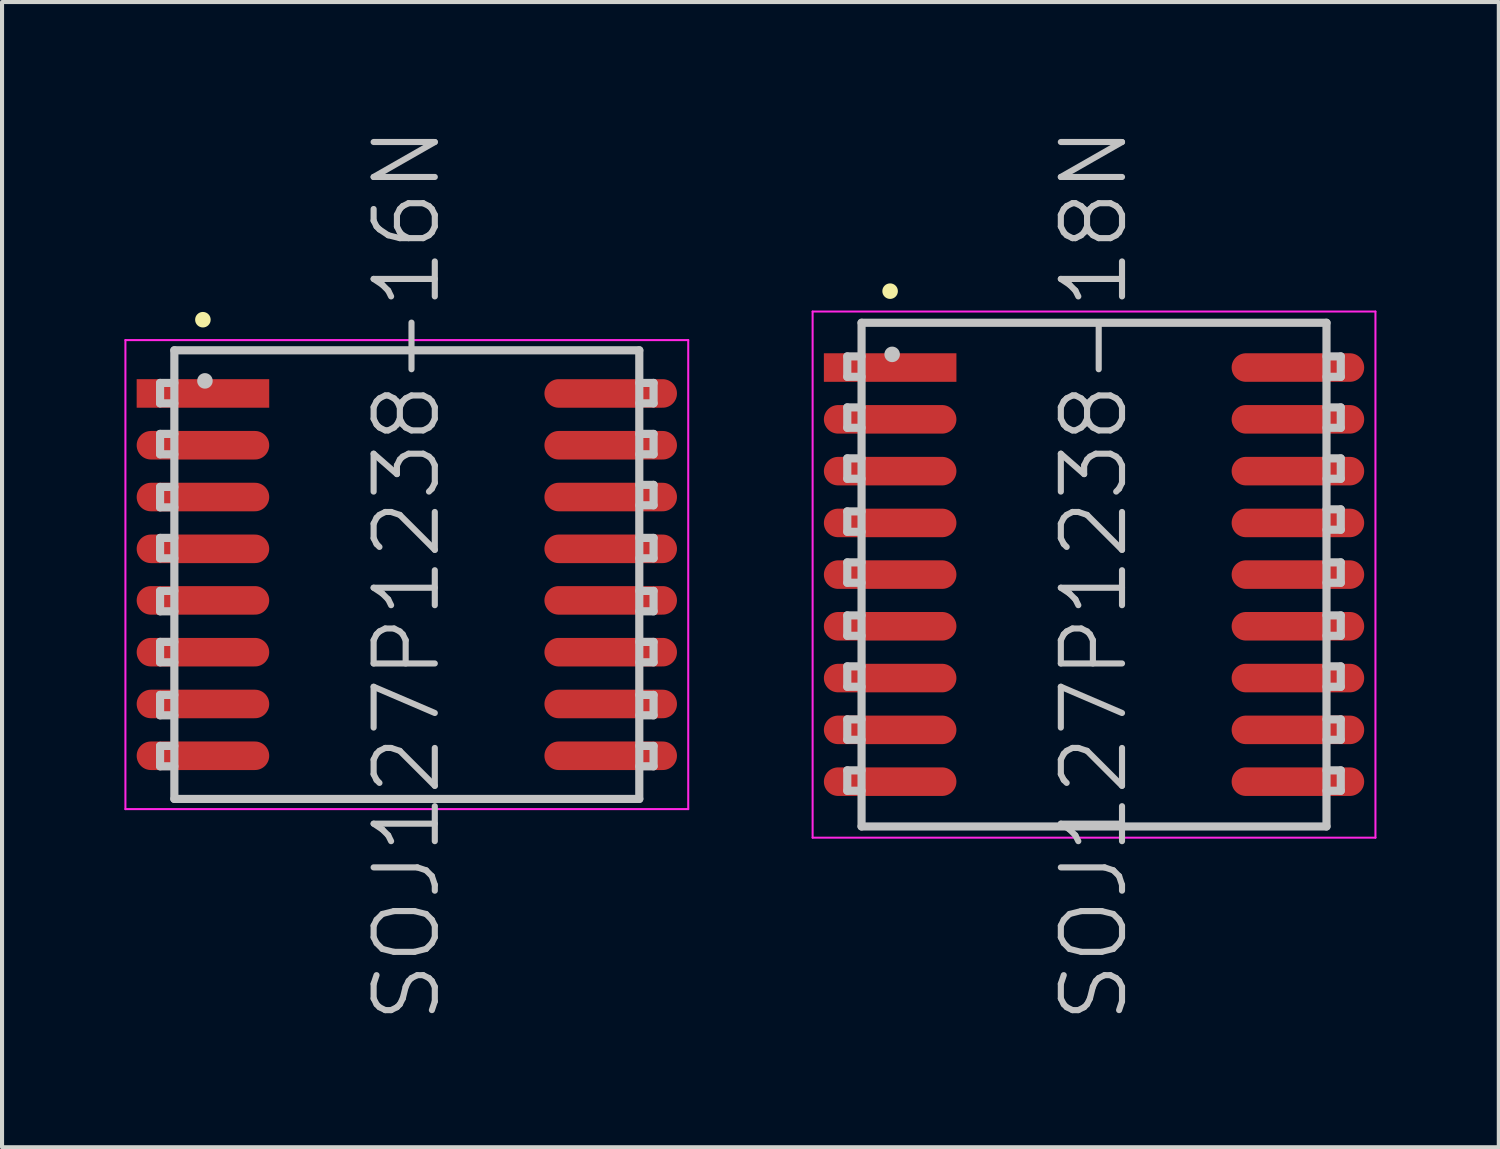
<source format=kicad_pcb>
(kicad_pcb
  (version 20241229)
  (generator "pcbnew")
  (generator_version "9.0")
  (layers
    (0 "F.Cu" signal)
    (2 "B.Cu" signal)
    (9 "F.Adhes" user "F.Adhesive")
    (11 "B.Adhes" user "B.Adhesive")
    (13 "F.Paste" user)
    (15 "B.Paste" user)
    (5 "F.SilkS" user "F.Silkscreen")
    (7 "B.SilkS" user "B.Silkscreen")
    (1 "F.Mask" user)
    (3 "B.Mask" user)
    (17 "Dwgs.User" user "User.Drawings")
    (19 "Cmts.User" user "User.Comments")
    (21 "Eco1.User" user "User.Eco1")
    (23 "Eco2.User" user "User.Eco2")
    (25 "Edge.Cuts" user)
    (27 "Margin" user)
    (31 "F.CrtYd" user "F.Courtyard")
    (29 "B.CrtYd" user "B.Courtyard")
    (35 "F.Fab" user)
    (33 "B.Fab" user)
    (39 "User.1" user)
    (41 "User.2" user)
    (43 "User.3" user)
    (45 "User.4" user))
  (footprint "SOJ127P1238-16N"
    (layer "F.Cu")
    (at 6.925 11.039)
    (property "Reference" "SOJ127P1238-16N" (at 0 0 90) (layer "Dwgs.User") (effects (font (size 1.5 1.5) (thickness 0.15))))
    (attr smd)
    (fp_line (start -5 -6.25) (end -5 -6.25) (stroke (width 0.381) (type solid)) (layer "F.SilkS"))
    (fp_line (start -6.05 -4.7) (end -6.05 -4.2) (stroke (width 0.2) (type solid)) (layer "Dwgs.User"))
    (fp_line (start -6.05 -4.2) (end -5.7 -4.2) (stroke (width 0.2) (type solid)) (layer "Dwgs.User"))
    (fp_line (start -6.05 -3.45) (end -6.05 -2.95) (stroke (width 0.2) (type solid)) (layer "Dwgs.User"))
    (fp_line (start -6.05 -2.95) (end -5.7 -2.95) (stroke (width 0.2) (type solid)) (layer "Dwgs.User"))
    (fp_line (start -6.05 -2.15) (end -6.05 -1.65) (stroke (width 0.2) (type solid)) (layer "Dwgs.User"))
    (fp_line (start -6.05 -1.65) (end -5.7 -1.65) (stroke (width 0.2) (type solid)) (layer "Dwgs.User"))
    (fp_line (start -6.05 -0.9) (end -6.05 -0.4) (stroke (width 0.2) (type solid)) (layer "Dwgs.User"))
    (fp_line (start -6.05 -0.4) (end -5.7 -0.4) (stroke (width 0.2) (type solid)) (layer "Dwgs.User"))
    (fp_line (start -6.05 0.4) (end -6.05 0.9) (stroke (width 0.2) (type solid)) (layer "Dwgs.User"))
    (fp_line (start -6.05 0.9) (end -5.7 0.9) (stroke (width 0.2) (type solid)) (layer "Dwgs.User"))
    (fp_line (start -6.05 1.65) (end -6.05 2.15) (stroke (width 0.2) (type solid)) (layer "Dwgs.User"))
    (fp_line (start -6.05 2.15) (end -5.7 2.15) (stroke (width 0.2) (type solid)) (layer "Dwgs.User"))
    (fp_line (start -6.05 2.95) (end -6.05 3.45) (stroke (width 0.2) (type solid)) (layer "Dwgs.User"))
    (fp_line (start -6.05 3.45) (end -5.7 3.45) (stroke (width 0.2) (type solid)) (layer "Dwgs.User"))
    (fp_line (start -6.05 4.2) (end -6.05 4.7) (stroke (width 0.2) (type solid)) (layer "Dwgs.User"))
    (fp_line (start -6.05 4.7) (end -5.7 4.7) (stroke (width 0.2) (type solid)) (layer "Dwgs.User"))
    (fp_line (start -5.7 -5.5) (end -5.7 5.5) (stroke (width 0.2) (type solid)) (layer "Dwgs.User"))
    (fp_line (start -5.7 -5.5) (end 5.7 -5.5) (stroke (width 0.2) (type solid)) (layer "Dwgs.User"))
    (fp_line (start -5.7 -4.7) (end -6.05 -4.7) (stroke (width 0.2) (type solid)) (layer "Dwgs.User"))
    (fp_line (start -5.7 -3.45) (end -6.05 -3.45) (stroke (width 0.2) (type solid)) (layer "Dwgs.User"))
    (fp_line (start -5.7 -2.15) (end -6.05 -2.15) (stroke (width 0.2) (type solid)) (layer "Dwgs.User"))
    (fp_line (start -5.7 -0.9) (end -6.05 -0.9) (stroke (width 0.2) (type solid)) (layer "Dwgs.User"))
    (fp_line (start -5.7 0.4) (end -6.05 0.4) (stroke (width 0.2) (type solid)) (layer "Dwgs.User"))
    (fp_line (start -5.7 1.65) (end -6.05 1.65) (stroke (width 0.2) (type solid)) (layer "Dwgs.User"))
    (fp_line (start -5.7 2.95) (end -6.05 2.95) (stroke (width 0.2) (type solid)) (layer "Dwgs.User"))
    (fp_line (start -5.7 4.2) (end -6.05 4.2) (stroke (width 0.2) (type solid)) (layer "Dwgs.User"))
    (fp_line (start -5.7 5.5) (end 5.7 5.5) (stroke (width 0.2) (type solid)) (layer "Dwgs.User"))
    (fp_line (start -4.95 -4.75) (end -4.95 -4.75) (stroke (width 0.381) (type solid)) (layer "Dwgs.User"))
    (fp_line (start 5.7 -5.5) (end 5.7 5.5) (stroke (width 0.2) (type solid)) (layer "Dwgs.User"))
    (fp_line (start 5.7 -4.7) (end 6.05 -4.7) (stroke (width 0.2) (type solid)) (layer "Dwgs.User"))
    (fp_line (start 5.7 -3.45) (end 6.05 -3.45) (stroke (width 0.2) (type solid)) (layer "Dwgs.User"))
    (fp_line (start 5.7 -2.2) (end 6.05 -2.2) (stroke (width 0.2) (type solid)) (layer "Dwgs.User"))
    (fp_line (start 5.7 -0.9) (end 6.05 -0.9) (stroke (width 0.2) (type solid)) (layer "Dwgs.User"))
    (fp_line (start 5.7 0.4) (end 6.05 0.4) (stroke (width 0.2) (type solid)) (layer "Dwgs.User"))
    (fp_line (start 5.7 1.65) (end 6.05 1.65) (stroke (width 0.2) (type solid)) (layer "Dwgs.User"))
    (fp_line (start 5.7 2.95) (end 6.05 2.95) (stroke (width 0.2) (type solid)) (layer "Dwgs.User"))
    (fp_line (start 5.7 4.2) (end 6.05 4.2) (stroke (width 0.2) (type solid)) (layer "Dwgs.User"))
    (fp_line (start 6.05 -4.7) (end 6.05 -4.2) (stroke (width 0.2) (type solid)) (layer "Dwgs.User"))
    (fp_line (start 6.05 -4.2) (end 5.7 -4.2) (stroke (width 0.2) (type solid)) (layer "Dwgs.User"))
    (fp_line (start 6.05 -3.45) (end 6.05 -2.95) (stroke (width 0.2) (type solid)) (layer "Dwgs.User"))
    (fp_line (start 6.05 -2.95) (end 5.7 -2.95) (stroke (width 0.2) (type solid)) (layer "Dwgs.User"))
    (fp_line (start 6.05 -2.2) (end 6.05 -1.7) (stroke (width 0.2) (type solid)) (layer "Dwgs.User"))
    (fp_line (start 6.05 -1.7) (end 5.7 -1.7) (stroke (width 0.2) (type solid)) (layer "Dwgs.User"))
    (fp_line (start 6.05 -0.9) (end 6.05 -0.4) (stroke (width 0.2) (type solid)) (layer "Dwgs.User"))
    (fp_line (start 6.05 -0.4) (end 5.7 -0.4) (stroke (width 0.2) (type solid)) (layer "Dwgs.User"))
    (fp_line (start 6.05 0.4) (end 6.05 0.9) (stroke (width 0.2) (type solid)) (layer "Dwgs.User"))
    (fp_line (start 6.05 0.9) (end 5.7 0.9) (stroke (width 0.2) (type solid)) (layer "Dwgs.User"))
    (fp_line (start 6.05 1.65) (end 6.05 2.15) (stroke (width 0.2) (type solid)) (layer "Dwgs.User"))
    (fp_line (start 6.05 2.15) (end 5.7 2.15) (stroke (width 0.2) (type solid)) (layer "Dwgs.User"))
    (fp_line (start 6.05 2.95) (end 6.05 3.45) (stroke (width 0.2) (type solid)) (layer "Dwgs.User"))
    (fp_line (start 6.05 3.45) (end 5.7 3.45) (stroke (width 0.2) (type solid)) (layer "Dwgs.User"))
    (fp_line (start 6.05 4.2) (end 6.05 4.7) (stroke (width 0.2) (type solid)) (layer "Dwgs.User"))
    (fp_line (start 6.05 4.7) (end 5.7 4.7) (stroke (width 0.2) (type solid)) (layer "Dwgs.User"))
    (fp_line (start -6.9 -5.75) (end -6.9 5.75) (stroke (width 0.05) (type solid)) (layer "F.CrtYd"))
    (fp_line (start -6.9 -5.75) (end 6.9 -5.75) (stroke (width 0.05) (type solid)) (layer "F.CrtYd"))
    (fp_line (start -6.9 5.75) (end 6.9 5.75) (stroke (width 0.05) (type solid)) (layer "F.CrtYd"))
    (fp_line (start 6.9 -5.75) (end 6.9 5.75) (stroke (width 0.05) (type solid)) (layer "F.CrtYd"))
    (pad "1" smd rect (at -4.999 -4.442 90) (size 0.7 3.25) (layers "F.Cu" "F.Mask" "F.Paste"))
    (pad "2" smd oval (at -4.999 -3.172 90) (size 0.7 3.25) (layers "F.Cu" "F.Mask" "F.Paste"))
    (pad "3" smd oval (at -4.999 -1.902 90) (size 0.7 3.25) (layers "F.Cu" "F.Mask" "F.Paste"))
    (pad "4" smd oval (at -4.999 -0.632 90) (size 0.7 3.25) (layers "F.Cu" "F.Mask" "F.Paste"))
    (pad "5" smd oval (at -4.999 0.632 90) (size 0.7 3.25) (layers "F.Cu" "F.Mask" "F.Paste"))
    (pad "6" smd oval (at -4.999 1.902 90) (size 0.7 3.25) (layers "F.Cu" "F.Mask" "F.Paste"))
    (pad "7" smd oval (at -4.999 3.172 90) (size 0.7 3.25) (layers "F.Cu" "F.Mask" "F.Paste"))
    (pad "8" smd oval (at -4.999 4.442 90) (size 0.7 3.25) (layers "F.Cu" "F.Mask" "F.Paste"))
    (pad "9" smd oval (at 4.999 4.442 270) (size 0.7 3.25) (layers "F.Cu" "F.Mask" "F.Paste"))
    (pad "10" smd oval (at 4.999 3.172 270) (size 0.7 3.25) (layers "F.Cu" "F.Mask" "F.Paste"))
    (pad "11" smd oval (at 4.999 1.902 270) (size 0.7 3.25) (layers "F.Cu" "F.Mask" "F.Paste"))
    (pad "12" smd oval (at 4.999 0.632 270) (size 0.7 3.25) (layers "F.Cu" "F.Mask" "F.Paste"))
    (pad "13" smd oval (at 4.999 -0.632 270) (size 0.7 3.25) (layers "F.Cu" "F.Mask" "F.Paste"))
    (pad "14" smd oval (at 4.999 -1.902 270) (size 0.7 3.25) (layers "F.Cu" "F.Mask" "F.Paste"))
    (pad "15" smd oval (at 4.999 -3.172 270) (size 0.7 3.25) (layers "F.Cu" "F.Mask" "F.Paste"))
    (pad "16" smd oval (at 4.999 -4.442 270) (size 0.7 3.25) (layers "F.Cu" "F.Mask" "F.Paste")))
  (footprint "SOJ127P1238-18N"
    (layer "F.Cu")
    (at 23.775 11.039)
    (property "Reference" "SOJ127P1238-18N" (at 0 0 90) (layer "Dwgs.User") (effects (font (size 1.5 1.5) (thickness 0.15))))
    (attr smd)
    (fp_line (start -5 -6.95) (end -5 -6.95) (stroke (width 0.381) (type solid)) (layer "F.SilkS"))
    (fp_line (start -6.05 -5.35) (end -6.05 -4.85) (stroke (width 0.2) (type solid)) (layer "Dwgs.User"))
    (fp_line (start -6.05 -4.85) (end -5.7 -4.85) (stroke (width 0.2) (type solid)) (layer "Dwgs.User"))
    (fp_line (start -6.05 -4.1) (end -6.05 -3.6) (stroke (width 0.2) (type solid)) (layer "Dwgs.User"))
    (fp_line (start -6.05 -3.6) (end -5.7 -3.6) (stroke (width 0.2) (type solid)) (layer "Dwgs.User"))
    (fp_line (start -6.05 -2.85) (end -6.05 -2.35) (stroke (width 0.2) (type solid)) (layer "Dwgs.User"))
    (fp_line (start -6.05 -2.35) (end -5.7 -2.35) (stroke (width 0.2) (type solid)) (layer "Dwgs.User"))
    (fp_line (start -6.05 -1.55) (end -6.05 -1.05) (stroke (width 0.2) (type solid)) (layer "Dwgs.User"))
    (fp_line (start -6.05 -1.05) (end -5.7 -1.05) (stroke (width 0.2) (type solid)) (layer "Dwgs.User"))
    (fp_line (start -6.05 -0.3) (end -6.05 0.2) (stroke (width 0.2) (type solid)) (layer "Dwgs.User"))
    (fp_line (start -6.05 0.2) (end -5.7 0.2) (stroke (width 0.2) (type solid)) (layer "Dwgs.User"))
    (fp_line (start -6.05 1) (end -6.05 1.5) (stroke (width 0.2) (type solid)) (layer "Dwgs.User"))
    (fp_line (start -6.05 1.5) (end -5.7 1.5) (stroke (width 0.2) (type solid)) (layer "Dwgs.User"))
    (fp_line (start -6.05 2.25) (end -6.05 2.75) (stroke (width 0.2) (type solid)) (layer "Dwgs.User"))
    (fp_line (start -6.05 2.75) (end -5.7 2.75) (stroke (width 0.2) (type solid)) (layer "Dwgs.User"))
    (fp_line (start -6.05 3.55) (end -6.05 4.05) (stroke (width 0.2) (type solid)) (layer "Dwgs.User"))
    (fp_line (start -6.05 4.05) (end -5.7 4.05) (stroke (width 0.2) (type solid)) (layer "Dwgs.User"))
    (fp_line (start -6.05 4.8) (end -6.05 5.3) (stroke (width 0.2) (type solid)) (layer "Dwgs.User"))
    (fp_line (start -6.05 5.3) (end -5.7 5.3) (stroke (width 0.2) (type solid)) (layer "Dwgs.User"))
    (fp_line (start -5.7 -6.175) (end -5.7 6.175) (stroke (width 0.2) (type solid)) (layer "Dwgs.User"))
    (fp_line (start -5.7 -6.175) (end 5.7 -6.175) (stroke (width 0.2) (type solid)) (layer "Dwgs.User"))
    (fp_line (start -5.7 -5.35) (end -6.05 -5.35) (stroke (width 0.2) (type solid)) (layer "Dwgs.User"))
    (fp_line (start -5.7 -4.1) (end -6.05 -4.1) (stroke (width 0.2) (type solid)) (layer "Dwgs.User"))
    (fp_line (start -5.7 -2.85) (end -6.05 -2.85) (stroke (width 0.2) (type solid)) (layer "Dwgs.User"))
    (fp_line (start -5.7 -1.55) (end -6.05 -1.55) (stroke (width 0.2) (type solid)) (layer "Dwgs.User"))
    (fp_line (start -5.7 -0.3) (end -6.05 -0.3) (stroke (width 0.2) (type solid)) (layer "Dwgs.User"))
    (fp_line (start -5.7 1) (end -6.05 1) (stroke (width 0.2) (type solid)) (layer "Dwgs.User"))
    (fp_line (start -5.7 2.25) (end -6.05 2.25) (stroke (width 0.2) (type solid)) (layer "Dwgs.User"))
    (fp_line (start -5.7 3.55) (end -6.05 3.55) (stroke (width 0.2) (type solid)) (layer "Dwgs.User"))
    (fp_line (start -5.7 4.8) (end -6.05 4.8) (stroke (width 0.2) (type solid)) (layer "Dwgs.User"))
    (fp_line (start -5.7 6.175) (end 5.7 6.175) (stroke (width 0.2) (type solid)) (layer "Dwgs.User"))
    (fp_line (start -4.95 -5.4) (end -4.95 -5.4) (stroke (width 0.381) (type solid)) (layer "Dwgs.User"))
    (fp_line (start 5.7 -6.175) (end 5.7 6.175) (stroke (width 0.2) (type solid)) (layer "Dwgs.User"))
    (fp_line (start 5.7 -5.35) (end 6.05 -5.35) (stroke (width 0.2) (type solid)) (layer "Dwgs.User"))
    (fp_line (start 5.7 -4.1) (end 6.05 -4.1) (stroke (width 0.2) (type solid)) (layer "Dwgs.User"))
    (fp_line (start 5.7 -2.85) (end 6.05 -2.85) (stroke (width 0.2) (type solid)) (layer "Dwgs.User"))
    (fp_line (start 5.7 -1.6) (end 6.05 -1.6) (stroke (width 0.2) (type solid)) (layer "Dwgs.User"))
    (fp_line (start 5.7 -0.3) (end 6.05 -0.3) (stroke (width 0.2) (type solid)) (layer "Dwgs.User"))
    (fp_line (start 5.7 1) (end 6.05 1) (stroke (width 0.2) (type solid)) (layer "Dwgs.User"))
    (fp_line (start 5.7 2.25) (end 6.05 2.25) (stroke (width 0.2) (type solid)) (layer "Dwgs.User"))
    (fp_line (start 5.7 3.55) (end 6.05 3.55) (stroke (width 0.2) (type solid)) (layer "Dwgs.User"))
    (fp_line (start 5.7 4.8) (end 6.05 4.8) (stroke (width 0.2) (type solid)) (layer "Dwgs.User"))
    (fp_line (start 6.05 -5.35) (end 6.05 -4.85) (stroke (width 0.2) (type solid)) (layer "Dwgs.User"))
    (fp_line (start 6.05 -4.85) (end 5.7 -4.85) (stroke (width 0.2) (type solid)) (layer "Dwgs.User"))
    (fp_line (start 6.05 -4.1) (end 6.05 -3.6) (stroke (width 0.2) (type solid)) (layer "Dwgs.User"))
    (fp_line (start 6.05 -3.6) (end 5.7 -3.6) (stroke (width 0.2) (type solid)) (layer "Dwgs.User"))
    (fp_line (start 6.05 -2.85) (end 6.05 -2.35) (stroke (width 0.2) (type solid)) (layer "Dwgs.User"))
    (fp_line (start 6.05 -2.35) (end 5.7 -2.35) (stroke (width 0.2) (type solid)) (layer "Dwgs.User"))
    (fp_line (start 6.05 -1.6) (end 6.05 -1.1) (stroke (width 0.2) (type solid)) (layer "Dwgs.User"))
    (fp_line (start 6.05 -1.1) (end 5.7 -1.1) (stroke (width 0.2) (type solid)) (layer "Dwgs.User"))
    (fp_line (start 6.05 -0.3) (end 6.05 0.2) (stroke (width 0.2) (type solid)) (layer "Dwgs.User"))
    (fp_line (start 6.05 0.2) (end 5.7 0.2) (stroke (width 0.2) (type solid)) (layer "Dwgs.User"))
    (fp_line (start 6.05 1) (end 6.05 1.5) (stroke (width 0.2) (type solid)) (layer "Dwgs.User"))
    (fp_line (start 6.05 1.5) (end 5.7 1.5) (stroke (width 0.2) (type solid)) (layer "Dwgs.User"))
    (fp_line (start 6.05 2.25) (end 6.05 2.75) (stroke (width 0.2) (type solid)) (layer "Dwgs.User"))
    (fp_line (start 6.05 2.75) (end 5.7 2.75) (stroke (width 0.2) (type solid)) (layer "Dwgs.User"))
    (fp_line (start 6.05 3.55) (end 6.05 4.05) (stroke (width 0.2) (type solid)) (layer "Dwgs.User"))
    (fp_line (start 6.05 4.05) (end 5.7 4.05) (stroke (width 0.2) (type solid)) (layer "Dwgs.User"))
    (fp_line (start 6.05 4.8) (end 6.05 5.3) (stroke (width 0.2) (type solid)) (layer "Dwgs.User"))
    (fp_line (start 6.05 5.3) (end 5.7 5.3) (stroke (width 0.2) (type solid)) (layer "Dwgs.User"))
    (fp_line (start -6.9 -6.45) (end -6.9 6.45) (stroke (width 0.05) (type solid)) (layer "F.CrtYd"))
    (fp_line (start -6.9 -6.45) (end 6.9 -6.45) (stroke (width 0.05) (type solid)) (layer "F.CrtYd"))
    (fp_line (start -6.9 6.45) (end 6.9 6.45) (stroke (width 0.05) (type solid)) (layer "F.CrtYd"))
    (fp_line (start 6.9 -6.45) (end 6.9 6.45) (stroke (width 0.05) (type solid)) (layer "F.CrtYd"))
    (pad "1" smd rect (at -4.999 -5.077 90) (size 0.7 3.25) (layers "F.Cu" "F.Mask" "F.Paste"))
    (pad "2" smd oval (at -4.999 -3.807 90) (size 0.7 3.25) (layers "F.Cu" "F.Mask" "F.Paste"))
    (pad "3" smd oval (at -4.999 -2.537 90) (size 0.7 3.25) (layers "F.Cu" "F.Mask" "F.Paste"))
    (pad "4" smd oval (at -4.999 -1.267 90) (size 0.7 3.25) (layers "F.Cu" "F.Mask" "F.Paste"))
    (pad "5" smd oval (at -4.999 0 90) (size 0.7 3.25) (layers "F.Cu" "F.Mask" "F.Paste"))
    (pad "6" smd oval (at -4.999 1.267 90) (size 0.7 3.25) (layers "F.Cu" "F.Mask" "F.Paste"))
    (pad "7" smd oval (at -4.999 2.537 90) (size 0.7 3.25) (layers "F.Cu" "F.Mask" "F.Paste"))
    (pad "8" smd oval (at -4.999 3.807 90) (size 0.7 3.25) (layers "F.Cu" "F.Mask" "F.Paste"))
    (pad "9" smd oval (at -4.999 5.077 90) (size 0.7 3.25) (layers "F.Cu" "F.Mask" "F.Paste"))
    (pad "10" smd oval (at 4.999 5.077 270) (size 0.7 3.25) (layers "F.Cu" "F.Mask" "F.Paste"))
    (pad "11" smd oval (at 4.999 3.807 270) (size 0.7 3.25) (layers "F.Cu" "F.Mask" "F.Paste"))
    (pad "12" smd oval (at 4.999 2.537 270) (size 0.7 3.25) (layers "F.Cu" "F.Mask" "F.Paste"))
    (pad "13" smd oval (at 4.999 1.267 270) (size 0.7 3.25) (layers "F.Cu" "F.Mask" "F.Paste"))
    (pad "14" smd oval (at 4.999 0 270) (size 0.7 3.25) (layers "F.Cu" "F.Mask" "F.Paste"))
    (pad "15" smd oval (at 4.999 -1.267 270) (size 0.7 3.25) (layers "F.Cu" "F.Mask" "F.Paste"))
    (pad "16" smd oval (at 4.999 -2.537 270) (size 0.7 3.25) (layers "F.Cu" "F.Mask" "F.Paste"))
    (pad "17" smd oval (at 4.999 -3.807 270) (size 0.7 3.25) (layers "F.Cu" "F.Mask" "F.Paste"))
    (pad "18" smd oval (at 4.999 -5.077 270) (size 0.7 3.25) (layers "F.Cu" "F.Mask" "F.Paste")))
  (gr_rect
    (start -3 -3)
    (end 33.7 25.079)
    (stroke (width 0.1) (type default))
    (fill no)
    (layer "Edge.Cuts")))
</source>
